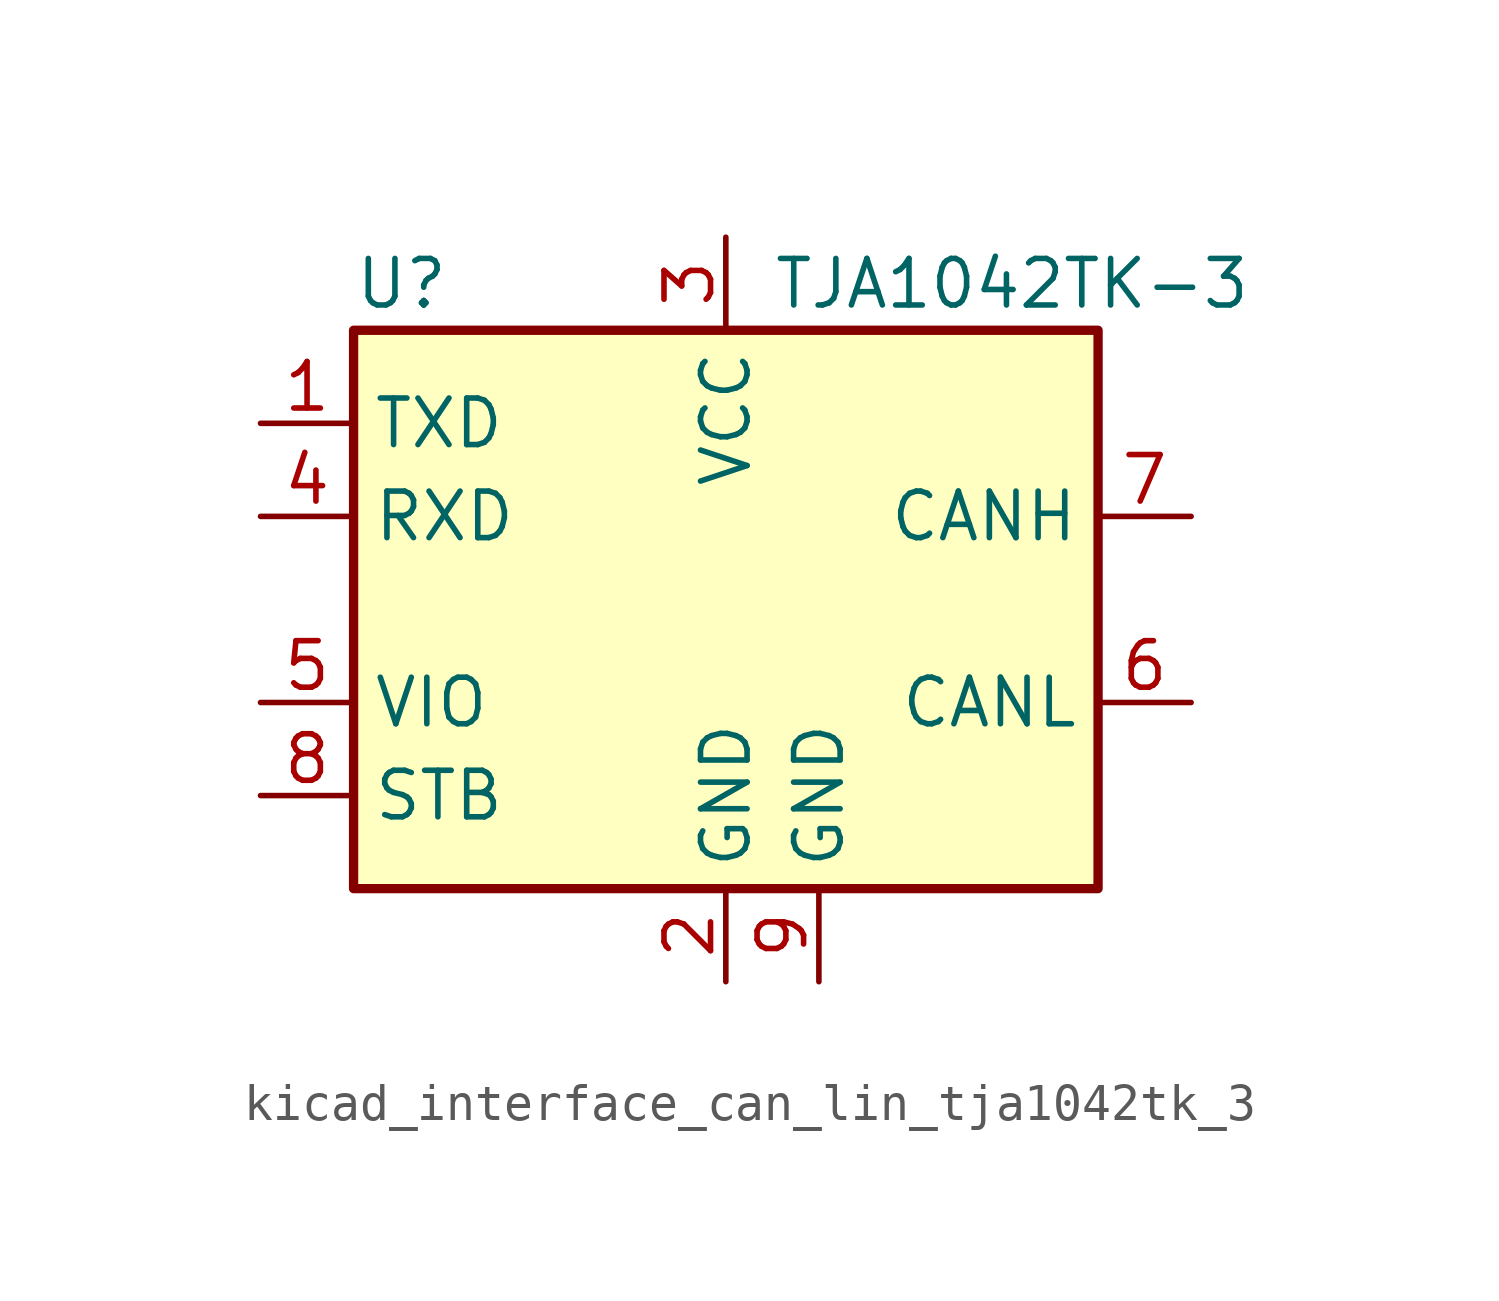
<source format=kicad_sym>
(kicad_symbol_lib
  (version 20220914)
  (generator kicad_symbol_editor)
  (symbol "kicad_interface_can_lin_tja1042tk_3"
    (property "Reference" "U"
      (at -10.16 8.89 0)
      (effects (font (size 1.27 1.27)) (justify left)))
    (property "Value" "TJA1042TK-3"
      (at 1.27 8.89 0)
      (effects (font (size 1.27 1.27)) (justify left)))
    (symbol "kicad_interface_can_lin_tja1042tk_3_0_1"
      (rectangle (start -10.16 7.62) (end 10.16 -7.62) (stroke (width 0.254) (type default)) (fill (type background))))
    (symbol "kicad_interface_can_lin_tja1042tk_3_1_1"
      (pin input line (at -12.7 5.08 0) (length 2.54) (name "TXD" (effects (font (size 1.27 1.27)))) (number "1" (effects (font (size 1.27 1.27)))))
      (pin power_in line (at 0 -10.16 90) (length 2.54) (name "GND" (effects (font (size 1.27 1.27)))) (number "2" (effects (font (size 1.27 1.27)))))
      (pin power_in line (at 0 10.16 270) (length 2.54) (name "VCC" (effects (font (size 1.27 1.27)))) (number "3" (effects (font (size 1.27 1.27)))))
      (pin output line (at -12.7 2.54 0) (length 2.54) (name "RXD" (effects (font (size 1.27 1.27)))) (number "4" (effects (font (size 1.27 1.27)))))
      (pin power_in line (at -12.7 -2.54 0) (length 2.54) (name "VIO" (effects (font (size 1.27 1.27)))) (number "5" (effects (font (size 1.27 1.27)))))
      (pin bidirectional line (at 12.7 -2.54 180) (length 2.54) (name "CANL" (effects (font (size 1.27 1.27)))) (number "6" (effects (font (size 1.27 1.27)))))
      (pin bidirectional line (at 12.7 2.54 180) (length 2.54) (name "CANH" (effects (font (size 1.27 1.27)))) (number "7" (effects (font (size 1.27 1.27)))))
      (pin input line (at -12.7 -5.08 0) (length 2.54) (name "STB" (effects (font (size 1.27 1.27)))) (number "8" (effects (font (size 1.27 1.27)))))
      (pin power_in line (at 2.54 -10.16 90) (length 2.54) (name "GND" (effects (font (size 1.27 1.27)))) (number "9" (effects (font (size 1.27 1.27))))))))
</source>
